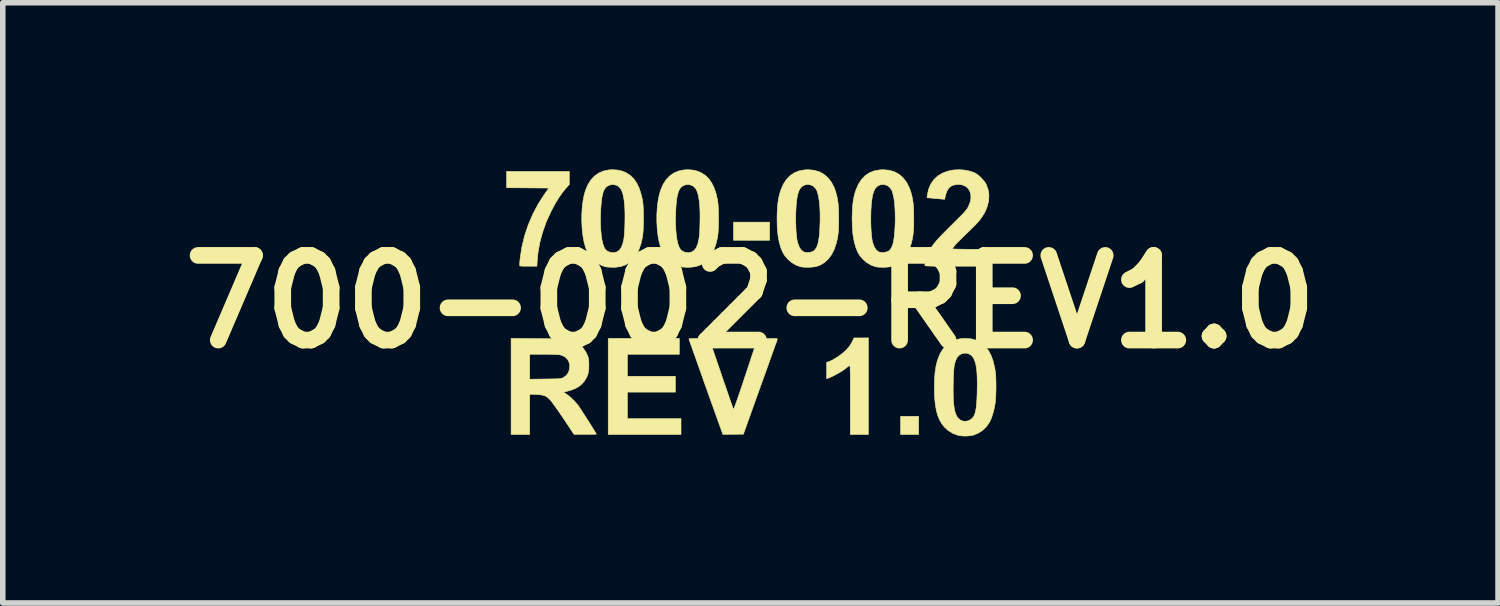
<source format=kicad_pcb>
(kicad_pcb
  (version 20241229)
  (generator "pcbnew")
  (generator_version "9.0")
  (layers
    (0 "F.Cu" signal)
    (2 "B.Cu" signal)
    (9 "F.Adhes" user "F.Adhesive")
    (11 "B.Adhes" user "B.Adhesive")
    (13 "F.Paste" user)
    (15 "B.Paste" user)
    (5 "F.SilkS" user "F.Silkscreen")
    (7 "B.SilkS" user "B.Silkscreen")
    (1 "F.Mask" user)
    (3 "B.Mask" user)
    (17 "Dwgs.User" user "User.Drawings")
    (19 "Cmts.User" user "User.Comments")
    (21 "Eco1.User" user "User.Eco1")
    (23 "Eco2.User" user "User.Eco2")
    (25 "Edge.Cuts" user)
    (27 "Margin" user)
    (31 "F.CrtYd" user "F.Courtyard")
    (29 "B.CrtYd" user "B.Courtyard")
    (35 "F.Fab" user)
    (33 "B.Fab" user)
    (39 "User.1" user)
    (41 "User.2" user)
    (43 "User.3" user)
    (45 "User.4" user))
  (footprint "700-002-REV1.0"
    (layer "F.Cu")
    (at 10.458 2.382)
    (property "Reference" "700-002-REV1.0" (at 0 0 0) (layer "F.SilkS") (effects (font (size 1.524 1.524) (thickness 0.3))))
    (attr through_hole)
    (fp_poly (pts (xy 0.345 -1.107) (xy -0.305 -1.107) (xy -0.305 -1.433) (xy 0.345 -1.433) (xy 0.345 -1.107)) (stroke (width 0.01) (type solid)) (fill yes) (layer "F.SilkS"))
    (fp_poly (pts (xy 3.028 2.388) (xy 2.703 2.388) (xy 2.703 2.062) (xy 3.028 2.062) (xy 3.028 2.388)) (stroke (width 0.01) (type solid)) (fill yes) (layer "F.SilkS"))
    (fp_poly (pts (xy -1.28 0.945) (xy -2.215 0.945) (xy -2.215 1.341) (xy -1.351 1.341) (xy -1.351 1.626) (xy -2.215 1.626) (xy -2.215 2.103) (xy -1.25 2.103) (xy -1.25 2.388) (xy -2.56 2.388) (xy -2.56 0.66) (xy -1.28 0.66) (xy -1.28 0.945)) (stroke (width 0.01) (type solid)) (fill yes) (layer "F.SilkS"))
    (fp_poly (pts (xy -3.261 -2.111) (xy -3.317 -2.049) (xy -3.38 -1.972) (xy -3.446 -1.878) (xy -3.513 -1.769) (xy -3.578 -1.648) (xy -3.592 -1.621) (xy -3.676 -1.436) (xy -3.743 -1.247) (xy -3.794 -1.057) (xy -3.826 -0.87) (xy -3.837 -0.749) (xy -3.844 -0.64) (xy -4 -0.64) (xy -4.059 -0.64) (xy -4.101 -0.641) (xy -4.129 -0.643) (xy -4.145 -0.645) (xy -4.153 -0.65) (xy -4.155 -0.656) (xy -4.155 -0.659) (xy -4.154 -0.677) (xy -4.152 -0.71) (xy -4.148 -0.752) (xy -4.145 -0.784) (xy -4.115 -0.982) (xy -4.067 -1.182) (xy -4.001 -1.38) (xy -3.919 -1.573) (xy -3.822 -1.757) (xy -3.711 -1.931) (xy -3.686 -1.966) (xy -3.627 -2.047) (xy -4.008 -2.05) (xy -4.389 -2.053) (xy -4.389 -2.347) (xy -3.261 -2.347) (xy -3.261 -2.111)) (stroke (width 0.01) (type solid)) (fill yes) (layer "F.SilkS"))
    (fp_poly (pts (xy 2.123 2.388) (xy 1.798 2.388) (xy 1.798 1.762) (xy 1.798 1.633) (xy 1.798 1.524) (xy 1.798 1.432) (xy 1.798 1.356) (xy 1.797 1.294) (xy 1.796 1.246) (xy 1.795 1.209) (xy 1.794 1.182) (xy 1.792 1.164) (xy 1.79 1.153) (xy 1.787 1.148) (xy 1.784 1.147) (xy 1.78 1.149) (xy 1.78 1.149) (xy 1.763 1.162) (xy 1.735 1.183) (xy 1.702 1.208) (xy 1.691 1.217) (xy 1.654 1.243) (xy 1.606 1.272) (xy 1.553 1.302) (xy 1.498 1.331) (xy 1.448 1.355) (xy 1.408 1.372) (xy 1.394 1.377) (xy 1.372 1.383) (xy 1.372 1.092) (xy 1.421 1.074) (xy 1.467 1.054) (xy 1.521 1.022) (xy 1.581 0.984) (xy 1.64 0.941) (xy 1.693 0.897) (xy 1.728 0.864) (xy 1.789 0.792) (xy 1.83 0.723) (xy 1.864 0.651) (xy 1.994 0.651) (xy 2.123 0.65) (xy 2.123 2.388)) (stroke (width 0.01) (type solid)) (fill yes) (layer "F.SilkS"))
    (fp_poly (pts (xy -0.529 1.293) (xy -0.492 1.402) (xy -0.456 1.505) (xy -0.423 1.601) (xy -0.393 1.689) (xy -0.367 1.765) (xy -0.344 1.83) (xy -0.326 1.882) (xy -0.313 1.918) (xy -0.306 1.936) (xy -0.305 1.939) (xy -0.301 1.932) (xy -0.291 1.907) (xy -0.275 1.865) (xy -0.254 1.807) (xy -0.228 1.734) (xy -0.199 1.648) (xy -0.165 1.548) (xy -0.128 1.438) (xy -0.088 1.317) (xy -0.085 1.309) (xy 0.128 0.665) (xy 0.308 0.663) (xy 0.373 0.662) (xy 0.42 0.662) (xy 0.452 0.662) (xy 0.472 0.664) (xy 0.481 0.668) (xy 0.484 0.672) (xy 0.483 0.678) (xy 0.479 0.69) (xy 0.469 0.72) (xy 0.452 0.766) (xy 0.43 0.827) (xy 0.404 0.901) (xy 0.373 0.988) (xy 0.338 1.085) (xy 0.3 1.192) (xy 0.259 1.307) (xy 0.215 1.428) (xy 0.175 1.539) (xy -0.127 2.383) (xy -0.311 2.385) (xy -0.495 2.388) (xy -0.511 2.345) (xy -0.52 2.32) (xy -0.535 2.279) (xy -0.555 2.223) (xy -0.58 2.155) (xy -0.608 2.076) (xy -0.64 1.987) (xy -0.674 1.891) (xy -0.711 1.789) (xy -0.749 1.683) (xy -0.787 1.574) (xy -0.827 1.464) (xy -0.865 1.354) (xy -0.903 1.247) (xy -0.94 1.144) (xy -0.974 1.047) (xy -1.006 0.957) (xy -1.035 0.877) (xy -1.059 0.807) (xy -1.08 0.749) (xy -1.095 0.706) (xy -1.104 0.679) (xy -1.107 0.669) (xy -1.098 0.666) (xy -1.071 0.664) (xy -1.03 0.662) (xy -0.979 0.661) (xy -0.926 0.66) (xy -0.745 0.66) (xy -0.529 1.293)) (stroke (width 0.01) (type solid)) (fill yes) (layer "F.SilkS"))
    (fp_poly (pts (xy 1.143 -2.368) (xy 1.236 -2.342) (xy 1.319 -2.297) (xy 1.392 -2.236) (xy 1.454 -2.158) (xy 1.504 -2.064) (xy 1.527 -2.002) (xy 1.548 -1.932) (xy 1.564 -1.862) (xy 1.576 -1.788) (xy 1.583 -1.706) (xy 1.588 -1.611) (xy 1.589 -1.504) (xy 1.588 -1.405) (xy 1.586 -1.321) (xy 1.581 -1.25) (xy 1.573 -1.185) (xy 1.562 -1.124) (xy 1.547 -1.061) (xy 1.543 -1.046) (xy 1.506 -0.938) (xy 1.457 -0.844) (xy 1.398 -0.766) (xy 1.327 -0.703) (xy 1.248 -0.657) (xy 1.184 -0.635) (xy 1.138 -0.627) (xy 1.079 -0.622) (xy 1.017 -0.621) (xy 0.958 -0.623) (xy 0.909 -0.629) (xy 0.901 -0.631) (xy 0.823 -0.659) (xy 0.747 -0.703) (xy 0.678 -0.761) (xy 0.619 -0.829) (xy 0.585 -0.884) (xy 0.546 -0.974) (xy 0.516 -1.082) (xy 0.495 -1.206) (xy 0.482 -1.345) (xy 0.479 -1.499) (xy 0.479 -1.506) (xy 0.815 -1.506) (xy 0.816 -1.411) (xy 0.819 -1.319) (xy 0.824 -1.234) (xy 0.832 -1.16) (xy 0.841 -1.1) (xy 0.847 -1.072) (xy 0.873 -0.998) (xy 0.905 -0.943) (xy 0.944 -0.906) (xy 0.965 -0.895) (xy 1.003 -0.887) (xy 1.05 -0.887) (xy 1.096 -0.896) (xy 1.133 -0.911) (xy 1.136 -0.913) (xy 1.165 -0.94) (xy 1.189 -0.976) (xy 1.209 -1.023) (xy 1.224 -1.083) (xy 1.236 -1.159) (xy 1.245 -1.251) (xy 1.249 -1.323) (xy 1.254 -1.459) (xy 1.254 -1.587) (xy 1.249 -1.704) (xy 1.239 -1.809) (xy 1.225 -1.899) (xy 1.206 -1.973) (xy 1.195 -2.003) (xy 1.165 -2.051) (xy 1.122 -2.087) (xy 1.071 -2.107) (xy 1.016 -2.111) (xy 1.003 -2.109) (xy 0.96 -2.096) (xy 0.924 -2.072) (xy 0.894 -2.037) (xy 0.869 -1.989) (xy 0.85 -1.927) (xy 0.835 -1.849) (xy 0.825 -1.754) (xy 0.818 -1.641) (xy 0.816 -1.601) (xy 0.815 -1.506) (xy 0.479 -1.506) (xy 0.48 -1.579) (xy 0.486 -1.69) (xy 0.495 -1.785) (xy 0.508 -1.868) (xy 0.526 -1.944) (xy 0.547 -2.01) (xy 0.592 -2.114) (xy 0.647 -2.2) (xy 0.713 -2.269) (xy 0.789 -2.321) (xy 0.876 -2.356) (xy 0.975 -2.374) (xy 1.04 -2.377) (xy 1.143 -2.368)) (stroke (width 0.01) (type solid)) (fill yes) (layer "F.SilkS"))
    (fp_poly (pts (xy 2.494 -2.368) (xy 2.587 -2.342) (xy 2.671 -2.297) (xy 2.743 -2.236) (xy 2.805 -2.158) (xy 2.855 -2.064) (xy 2.879 -2.002) (xy 2.9 -1.932) (xy 2.915 -1.862) (xy 2.927 -1.788) (xy 2.935 -1.706) (xy 2.939 -1.611) (xy 2.94 -1.504) (xy 2.94 -1.405) (xy 2.937 -1.321) (xy 2.932 -1.25) (xy 2.924 -1.185) (xy 2.913 -1.124) (xy 2.898 -1.061) (xy 2.894 -1.046) (xy 2.858 -0.938) (xy 2.809 -0.844) (xy 2.749 -0.766) (xy 2.679 -0.703) (xy 2.599 -0.657) (xy 2.535 -0.635) (xy 2.489 -0.627) (xy 2.431 -0.622) (xy 2.368 -0.621) (xy 2.309 -0.623) (xy 2.26 -0.629) (xy 2.252 -0.631) (xy 2.174 -0.659) (xy 2.098 -0.703) (xy 2.029 -0.761) (xy 1.97 -0.829) (xy 1.936 -0.884) (xy 1.898 -0.974) (xy 1.868 -1.082) (xy 1.846 -1.206) (xy 1.834 -1.345) (xy 1.83 -1.499) (xy 1.83 -1.506) (xy 2.166 -1.506) (xy 2.167 -1.411) (xy 2.17 -1.319) (xy 2.176 -1.234) (xy 2.183 -1.16) (xy 2.192 -1.1) (xy 2.198 -1.072) (xy 2.224 -0.998) (xy 2.256 -0.943) (xy 2.296 -0.906) (xy 2.317 -0.895) (xy 2.355 -0.887) (xy 2.401 -0.887) (xy 2.447 -0.896) (xy 2.484 -0.911) (xy 2.488 -0.913) (xy 2.517 -0.94) (xy 2.54 -0.976) (xy 2.56 -1.023) (xy 2.575 -1.083) (xy 2.587 -1.159) (xy 2.596 -1.251) (xy 2.601 -1.323) (xy 2.606 -1.459) (xy 2.605 -1.587) (xy 2.6 -1.704) (xy 2.591 -1.809) (xy 2.576 -1.899) (xy 2.557 -1.973) (xy 2.546 -2.003) (xy 2.516 -2.051) (xy 2.473 -2.087) (xy 2.422 -2.107) (xy 2.367 -2.111) (xy 2.355 -2.109) (xy 2.312 -2.096) (xy 2.275 -2.072) (xy 2.245 -2.037) (xy 2.221 -1.989) (xy 2.201 -1.927) (xy 2.187 -1.849) (xy 2.176 -1.754) (xy 2.169 -1.641) (xy 2.168 -1.601) (xy 2.166 -1.506) (xy 1.83 -1.506) (xy 1.832 -1.579) (xy 1.837 -1.69) (xy 1.846 -1.785) (xy 1.859 -1.868) (xy 1.877 -1.944) (xy 1.898 -2.01) (xy 1.943 -2.114) (xy 1.998 -2.2) (xy 2.064 -2.269) (xy 2.14 -2.321) (xy 2.228 -2.356) (xy 2.326 -2.374) (xy 2.391 -2.377) (xy 2.494 -2.368)) (stroke (width 0.01) (type solid)) (fill yes) (layer "F.SilkS"))
    (fp_poly (pts (xy 3.971 0.667) (xy 4.064 0.692) (xy 4.147 0.734) (xy 4.218 0.793) (xy 4.279 0.869) (xy 4.33 0.963) (xy 4.37 1.073) (xy 4.399 1.201) (xy 4.409 1.265) (xy 4.415 1.323) (xy 4.418 1.396) (xy 4.42 1.479) (xy 4.42 1.567) (xy 4.418 1.653) (xy 4.414 1.733) (xy 4.408 1.803) (xy 4.404 1.835) (xy 4.389 1.915) (xy 4.369 1.995) (xy 4.346 2.07) (xy 4.32 2.136) (xy 4.3 2.174) (xy 4.244 2.252) (xy 4.175 2.317) (xy 4.096 2.367) (xy 4.01 2.401) (xy 3.985 2.407) (xy 3.922 2.415) (xy 3.851 2.417) (xy 3.782 2.412) (xy 3.73 2.402) (xy 3.639 2.367) (xy 3.555 2.314) (xy 3.495 2.259) (xy 3.446 2.198) (xy 3.405 2.128) (xy 3.372 2.048) (xy 3.346 1.956) (xy 3.328 1.851) (xy 3.316 1.73) (xy 3.312 1.603) (xy 3.649 1.603) (xy 3.651 1.718) (xy 3.656 1.816) (xy 3.666 1.899) (xy 3.679 1.967) (xy 3.696 2.023) (xy 3.718 2.067) (xy 3.74 2.097) (xy 3.783 2.132) (xy 3.834 2.15) (xy 3.89 2.15) (xy 3.929 2.138) (xy 3.964 2.12) (xy 3.993 2.097) (xy 4.017 2.067) (xy 4.036 2.027) (xy 4.051 1.976) (xy 4.063 1.913) (xy 4.071 1.835) (xy 4.077 1.741) (xy 4.081 1.629) (xy 4.081 1.61) (xy 4.083 1.476) (xy 4.081 1.361) (xy 4.076 1.262) (xy 4.067 1.18) (xy 4.053 1.111) (xy 4.035 1.055) (xy 4.013 1.01) (xy 3.985 0.974) (xy 3.953 0.948) (xy 3.906 0.927) (xy 3.854 0.924) (xy 3.803 0.936) (xy 3.757 0.962) (xy 3.721 1.001) (xy 3.709 1.023) (xy 3.694 1.057) (xy 3.682 1.094) (xy 3.672 1.134) (xy 3.665 1.181) (xy 3.659 1.238) (xy 3.655 1.308) (xy 3.652 1.393) (xy 3.65 1.47) (xy 3.649 1.603) (xy 3.312 1.603) (xy 3.311 1.591) (xy 3.311 1.534) (xy 3.314 1.395) (xy 3.323 1.273) (xy 3.339 1.165) (xy 3.362 1.069) (xy 3.393 0.983) (xy 3.421 0.922) (xy 3.475 0.836) (xy 3.538 0.767) (xy 3.611 0.716) (xy 3.696 0.681) (xy 3.792 0.663) (xy 3.866 0.659) (xy 3.971 0.667)) (stroke (width 0.01) (type solid)) (fill yes) (layer "F.SilkS"))
    (fp_poly (pts (xy -2.397 -2.372) (xy -2.321 -2.356) (xy -2.249 -2.328) (xy -2.234 -2.32) (xy -2.163 -2.274) (xy -2.101 -2.214) (xy -2.049 -2.14) (xy -2.005 -2.051) (xy -1.97 -1.944) (xy -1.944 -1.834) (xy -1.936 -1.782) (xy -1.931 -1.715) (xy -1.927 -1.636) (xy -1.925 -1.55) (xy -1.925 -1.461) (xy -1.927 -1.374) (xy -1.93 -1.293) (xy -1.936 -1.223) (xy -1.943 -1.168) (xy -1.944 -1.162) (xy -1.97 -1.047) (xy -2.003 -0.948) (xy -2.044 -0.864) (xy -2.094 -0.792) (xy -2.114 -0.768) (xy -2.18 -0.707) (xy -2.251 -0.663) (xy -2.331 -0.635) (xy -2.422 -0.622) (xy -2.477 -0.621) (xy -2.525 -0.622) (xy -2.569 -0.625) (xy -2.603 -0.629) (xy -2.614 -0.631) (xy -2.686 -0.657) (xy -2.758 -0.699) (xy -2.826 -0.753) (xy -2.885 -0.817) (xy -2.93 -0.885) (xy -2.934 -0.894) (xy -2.968 -0.978) (xy -2.995 -1.077) (xy -3.015 -1.189) (xy -3.029 -1.309) (xy -3.035 -1.427) (xy -2.7 -1.427) (xy -2.695 -1.311) (xy -2.686 -1.207) (xy -2.673 -1.116) (xy -2.655 -1.039) (xy -2.633 -0.979) (xy -2.611 -0.942) (xy -2.574 -0.91) (xy -2.525 -0.89) (xy -2.471 -0.884) (xy -2.417 -0.893) (xy -2.404 -0.898) (xy -2.362 -0.926) (xy -2.327 -0.973) (xy -2.3 -1.038) (xy -2.28 -1.121) (xy -2.276 -1.146) (xy -2.27 -1.204) (xy -2.265 -1.276) (xy -2.261 -1.359) (xy -2.259 -1.448) (xy -2.258 -1.537) (xy -2.259 -1.622) (xy -2.262 -1.697) (xy -2.264 -1.727) (xy -2.274 -1.828) (xy -2.288 -1.909) (xy -2.306 -1.975) (xy -2.33 -2.025) (xy -2.359 -2.063) (xy -2.394 -2.089) (xy -2.401 -2.092) (xy -2.455 -2.11) (xy -2.507 -2.109) (xy -2.557 -2.092) (xy -2.591 -2.07) (xy -2.619 -2.039) (xy -2.642 -1.998) (xy -2.66 -1.943) (xy -2.674 -1.874) (xy -2.685 -1.788) (xy -2.693 -1.684) (xy -2.693 -1.683) (xy -2.699 -1.551) (xy -2.7 -1.427) (xy -3.035 -1.427) (xy -3.036 -1.435) (xy -3.036 -1.562) (xy -3.029 -1.687) (xy -3.015 -1.806) (xy -2.994 -1.917) (xy -2.97 -2.002) (xy -2.927 -2.105) (xy -2.872 -2.193) (xy -2.806 -2.264) (xy -2.729 -2.318) (xy -2.641 -2.355) (xy -2.544 -2.374) (xy -2.482 -2.377) (xy -2.397 -2.372)) (stroke (width 0.01) (type solid)) (fill yes) (layer "F.SilkS"))
    (fp_poly (pts (xy -1.045 -2.372) (xy -0.97 -2.356) (xy -0.898 -2.328) (xy -0.883 -2.32) (xy -0.811 -2.274) (xy -0.75 -2.214) (xy -0.698 -2.14) (xy -0.654 -2.051) (xy -0.618 -1.944) (xy -0.593 -1.834) (xy -0.585 -1.782) (xy -0.58 -1.715) (xy -0.576 -1.636) (xy -0.574 -1.55) (xy -0.574 -1.461) (xy -0.575 -1.374) (xy -0.579 -1.293) (xy -0.584 -1.223) (xy -0.591 -1.168) (xy -0.592 -1.162) (xy -0.619 -1.047) (xy -0.652 -0.948) (xy -0.693 -0.864) (xy -0.742 -0.792) (xy -0.763 -0.768) (xy -0.828 -0.707) (xy -0.9 -0.663) (xy -0.98 -0.635) (xy -1.071 -0.622) (xy -1.126 -0.621) (xy -1.174 -0.622) (xy -1.218 -0.625) (xy -1.252 -0.629) (xy -1.262 -0.631) (xy -1.335 -0.657) (xy -1.407 -0.699) (xy -1.475 -0.753) (xy -1.534 -0.817) (xy -1.578 -0.885) (xy -1.583 -0.894) (xy -1.617 -0.978) (xy -1.643 -1.077) (xy -1.664 -1.189) (xy -1.678 -1.309) (xy -1.684 -1.427) (xy -1.348 -1.427) (xy -1.344 -1.311) (xy -1.335 -1.207) (xy -1.322 -1.116) (xy -1.304 -1.039) (xy -1.282 -0.979) (xy -1.26 -0.942) (xy -1.222 -0.91) (xy -1.174 -0.89) (xy -1.12 -0.884) (xy -1.066 -0.893) (xy -1.053 -0.898) (xy -1.011 -0.926) (xy -0.976 -0.973) (xy -0.949 -1.038) (xy -0.929 -1.121) (xy -0.925 -1.146) (xy -0.918 -1.204) (xy -0.913 -1.276) (xy -0.91 -1.359) (xy -0.908 -1.448) (xy -0.907 -1.537) (xy -0.908 -1.622) (xy -0.911 -1.697) (xy -0.913 -1.727) (xy -0.923 -1.828) (xy -0.937 -1.909) (xy -0.955 -1.975) (xy -0.978 -2.025) (xy -1.007 -2.063) (xy -1.043 -2.089) (xy -1.05 -2.092) (xy -1.104 -2.11) (xy -1.156 -2.109) (xy -1.206 -2.092) (xy -1.24 -2.07) (xy -1.268 -2.039) (xy -1.29 -1.998) (xy -1.308 -1.943) (xy -1.323 -1.874) (xy -1.334 -1.788) (xy -1.342 -1.684) (xy -1.342 -1.683) (xy -1.348 -1.551) (xy -1.348 -1.427) (xy -1.684 -1.427) (xy -1.685 -1.435) (xy -1.685 -1.562) (xy -1.678 -1.687) (xy -1.664 -1.806) (xy -1.643 -1.917) (xy -1.619 -2.002) (xy -1.576 -2.105) (xy -1.521 -2.193) (xy -1.455 -2.264) (xy -1.378 -2.318) (xy -1.29 -2.355) (xy -1.193 -2.374) (xy -1.131 -2.377) (xy -1.045 -2.372)) (stroke (width 0.01) (type solid)) (fill yes) (layer "F.SilkS"))
    (fp_poly (pts (xy 3.841 -2.372) (xy 3.93 -2.356) (xy 4.009 -2.332) (xy 4.045 -2.316) (xy 4.094 -2.284) (xy 4.145 -2.24) (xy 4.192 -2.188) (xy 4.231 -2.136) (xy 4.245 -2.11) (xy 4.278 -2.02) (xy 4.293 -1.925) (xy 4.289 -1.827) (xy 4.267 -1.727) (xy 4.227 -1.628) (xy 4.2 -1.579) (xy 4.175 -1.539) (xy 4.149 -1.501) (xy 4.12 -1.463) (xy 4.085 -1.423) (xy 4.043 -1.378) (xy 3.991 -1.326) (xy 3.927 -1.264) (xy 3.893 -1.231) (xy 3.813 -1.153) (xy 3.748 -1.088) (xy 3.698 -1.036) (xy 3.663 -0.996) (xy 3.643 -0.968) (xy 3.637 -0.954) (xy 3.647 -0.951) (xy 3.675 -0.95) (xy 3.718 -0.948) (xy 3.774 -0.947) (xy 3.842 -0.946) (xy 3.917 -0.945) (xy 3.967 -0.945) (xy 4.298 -0.945) (xy 4.298 -0.64) (xy 3.719 -0.64) (xy 3.595 -0.64) (xy 3.491 -0.64) (xy 3.403 -0.641) (xy 3.332 -0.641) (xy 3.274 -0.642) (xy 3.229 -0.643) (xy 3.196 -0.644) (xy 3.171 -0.646) (xy 3.155 -0.648) (xy 3.146 -0.65) (xy 3.141 -0.653) (xy 3.139 -0.657) (xy 3.139 -0.657) (xy 3.144 -0.692) (xy 3.156 -0.74) (xy 3.173 -0.796) (xy 3.195 -0.853) (xy 3.216 -0.899) (xy 3.233 -0.934) (xy 3.251 -0.967) (xy 3.271 -0.999) (xy 3.294 -1.032) (xy 3.322 -1.067) (xy 3.355 -1.107) (xy 3.395 -1.151) (xy 3.445 -1.203) (xy 3.504 -1.263) (xy 3.574 -1.334) (xy 3.657 -1.416) (xy 3.702 -1.461) (xy 3.762 -1.521) (xy 3.809 -1.568) (xy 3.846 -1.607) (xy 3.873 -1.639) (xy 3.894 -1.665) (xy 3.91 -1.689) (xy 3.924 -1.713) (xy 3.925 -1.717) (xy 3.956 -1.794) (xy 3.969 -1.866) (xy 3.966 -1.933) (xy 3.949 -1.992) (xy 3.917 -2.041) (xy 3.872 -2.079) (xy 3.814 -2.103) (xy 3.746 -2.112) (xy 3.718 -2.111) (xy 3.657 -2.101) (xy 3.607 -2.079) (xy 3.568 -2.044) (xy 3.537 -1.993) (xy 3.513 -1.926) (xy 3.501 -1.869) (xy 3.496 -1.844) (xy 3.337 -1.859) (xy 3.178 -1.873) (xy 3.185 -1.925) (xy 3.207 -2.027) (xy 3.246 -2.118) (xy 3.3 -2.197) (xy 3.369 -2.262) (xy 3.451 -2.313) (xy 3.545 -2.35) (xy 3.652 -2.372) (xy 3.749 -2.377) (xy 3.841 -2.372)) (stroke (width 0.01) (type solid)) (fill yes) (layer "F.SilkS"))
    (fp_poly (pts (xy -3.823 0.663) (xy -3.701 0.664) (xy -3.598 0.666) (xy -3.512 0.667) (xy -3.439 0.67) (xy -3.38 0.672) (xy -3.33 0.676) (xy -3.289 0.681) (xy -3.255 0.687) (xy -3.225 0.694) (xy -3.198 0.703) (xy -3.171 0.714) (xy -3.144 0.725) (xy -3.079 0.766) (xy -3.02 0.822) (xy -2.97 0.893) (xy -2.949 0.931) (xy -2.932 0.968) (xy -2.921 0.999) (xy -2.914 1.03) (xy -2.91 1.068) (xy -2.908 1.118) (xy -2.909 1.209) (xy -2.921 1.288) (xy -2.946 1.357) (xy -2.985 1.422) (xy -2.986 1.424) (xy -3.033 1.479) (xy -3.089 1.525) (xy -3.156 1.563) (xy -3.237 1.594) (xy -3.336 1.62) (xy -3.337 1.62) (xy -3.366 1.627) (xy -3.311 1.663) (xy -3.237 1.72) (xy -3.164 1.791) (xy -3.099 1.869) (xy -3.083 1.892) (xy -3.06 1.927) (xy -3.03 1.972) (xy -2.997 2.024) (xy -2.961 2.08) (xy -2.923 2.138) (xy -2.887 2.196) (xy -2.853 2.25) (xy -2.823 2.298) (xy -2.799 2.338) (xy -2.782 2.366) (xy -2.774 2.381) (xy -2.774 2.382) (xy -2.783 2.384) (xy -2.81 2.385) (xy -2.851 2.386) (xy -2.904 2.387) (xy -2.964 2.387) (xy -2.974 2.387) (xy -3.175 2.387) (xy -3.362 2.106) (xy -3.41 2.036) (xy -3.456 1.968) (xy -3.5 1.906) (xy -3.539 1.852) (xy -3.571 1.808) (xy -3.595 1.777) (xy -3.604 1.767) (xy -3.64 1.731) (xy -3.675 1.705) (xy -3.714 1.688) (xy -3.761 1.677) (xy -3.82 1.671) (xy -3.858 1.669) (xy -3.973 1.664) (xy -3.973 2.388) (xy -4.308 2.388) (xy -4.308 0.945) (xy -3.973 0.945) (xy -3.973 1.394) (xy -3.691 1.39) (xy -3.607 1.389) (xy -3.541 1.388) (xy -3.491 1.387) (xy -3.453 1.385) (xy -3.425 1.382) (xy -3.404 1.379) (xy -3.388 1.374) (xy -3.375 1.369) (xy -3.367 1.364) (xy -3.315 1.327) (xy -3.279 1.279) (xy -3.261 1.226) (xy -3.253 1.154) (xy -3.264 1.091) (xy -3.291 1.037) (xy -3.334 0.995) (xy -3.392 0.965) (xy -3.425 0.956) (xy -3.45 0.953) (xy -3.492 0.95) (xy -3.547 0.948) (xy -3.612 0.946) (xy -3.684 0.945) (xy -3.724 0.945) (xy -3.973 0.945) (xy -4.308 0.945) (xy -4.308 0.659) (xy -3.823 0.663)) (stroke (width 0.01) (type solid)) (fill yes) (layer "F.SilkS")))
  (gr_rect
    (start -3 -3)
    (end 23.915 7.804)
    (stroke (width 0.1) (type default))
    (fill no)
    (layer "Edge.Cuts")))
</source>
